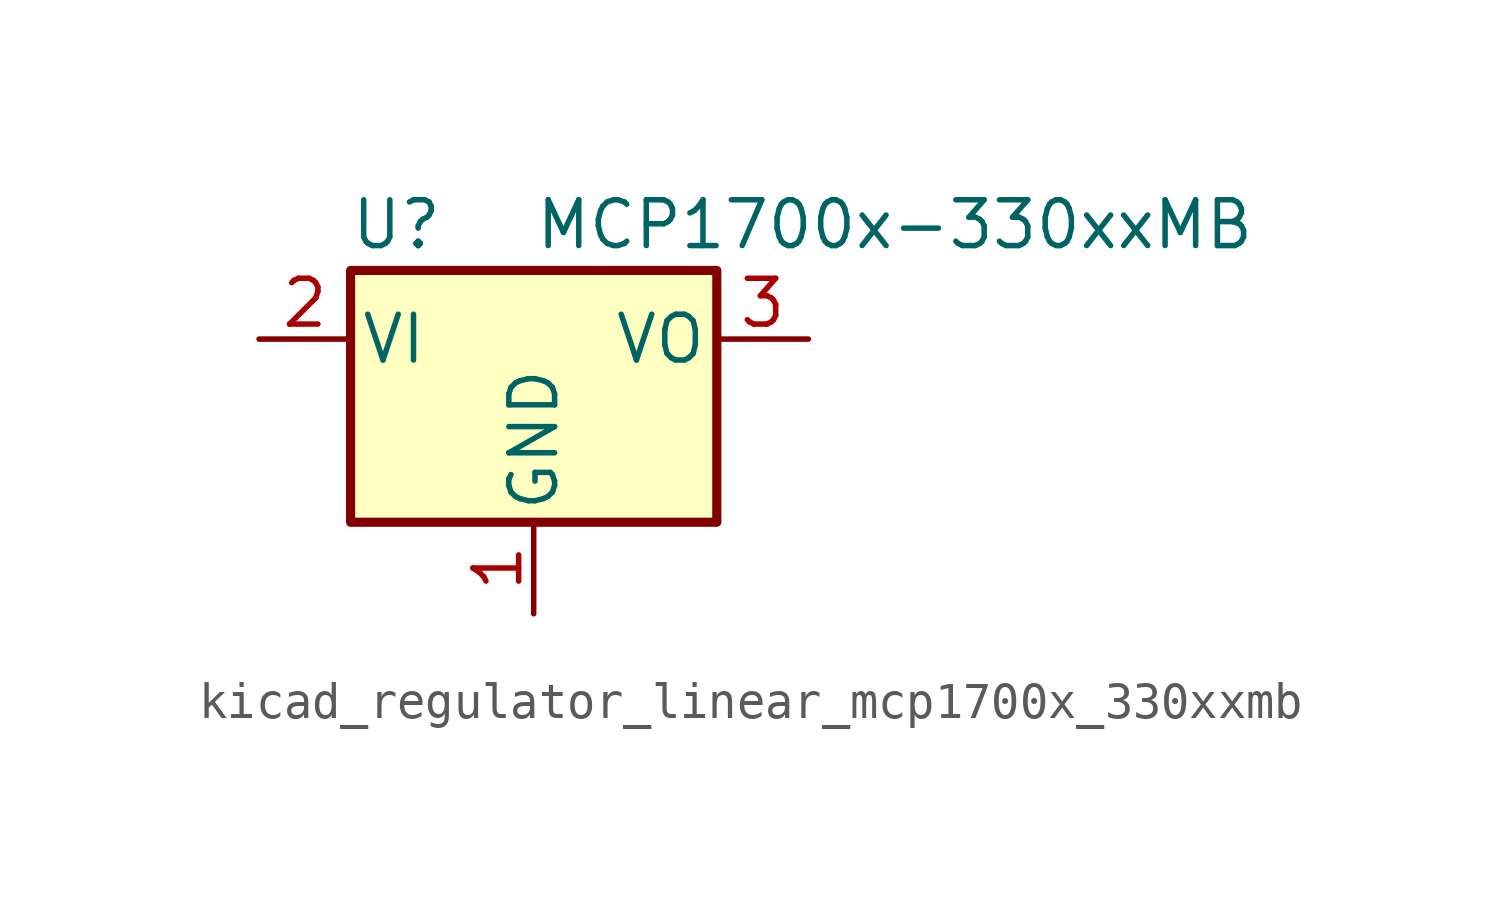
<source format=kicad_sym>
(kicad_symbol_lib
  (version 20220914)
  (generator kicad_symbol_editor)
  (symbol "kicad_regulator_linear_mcp1700x_330xxmb"
    (pin_names
      (offset 0.254))
    (property "Reference" "U"
      (at -3.81 3.175 0)
      (effects (font (size 1.27 1.27))))
    (property "Value" "MCP1700x-330xxMB"
      (at 0 3.175 0)
      (effects (font (size 1.27 1.27)) (justify left)))
    (symbol "kicad_regulator_linear_mcp1700x_330xxmb_0_1"
      (rectangle (start -5.08 -5.08) (end 5.08 1.905) (stroke (width 0.254) (type default)) (fill (type background))))
    (symbol "kicad_regulator_linear_mcp1700x_330xxmb_1_1"
      (pin power_in line (at 0 -7.62 90) (length 2.54) (name "GND" (effects (font (size 1.27 1.27)))) (number "1" (effects (font (size 1.27 1.27)))))
      (pin power_in line (at -7.62 0 0) (length 2.54) (name "VI" (effects (font (size 1.27 1.27)))) (number "2" (effects (font (size 1.27 1.27)))))
      (pin power_out line (at 7.62 0 180) (length 2.54) (name "VO" (effects (font (size 1.27 1.27)))) (number "3" (effects (font (size 1.27 1.27))))))))
</source>
